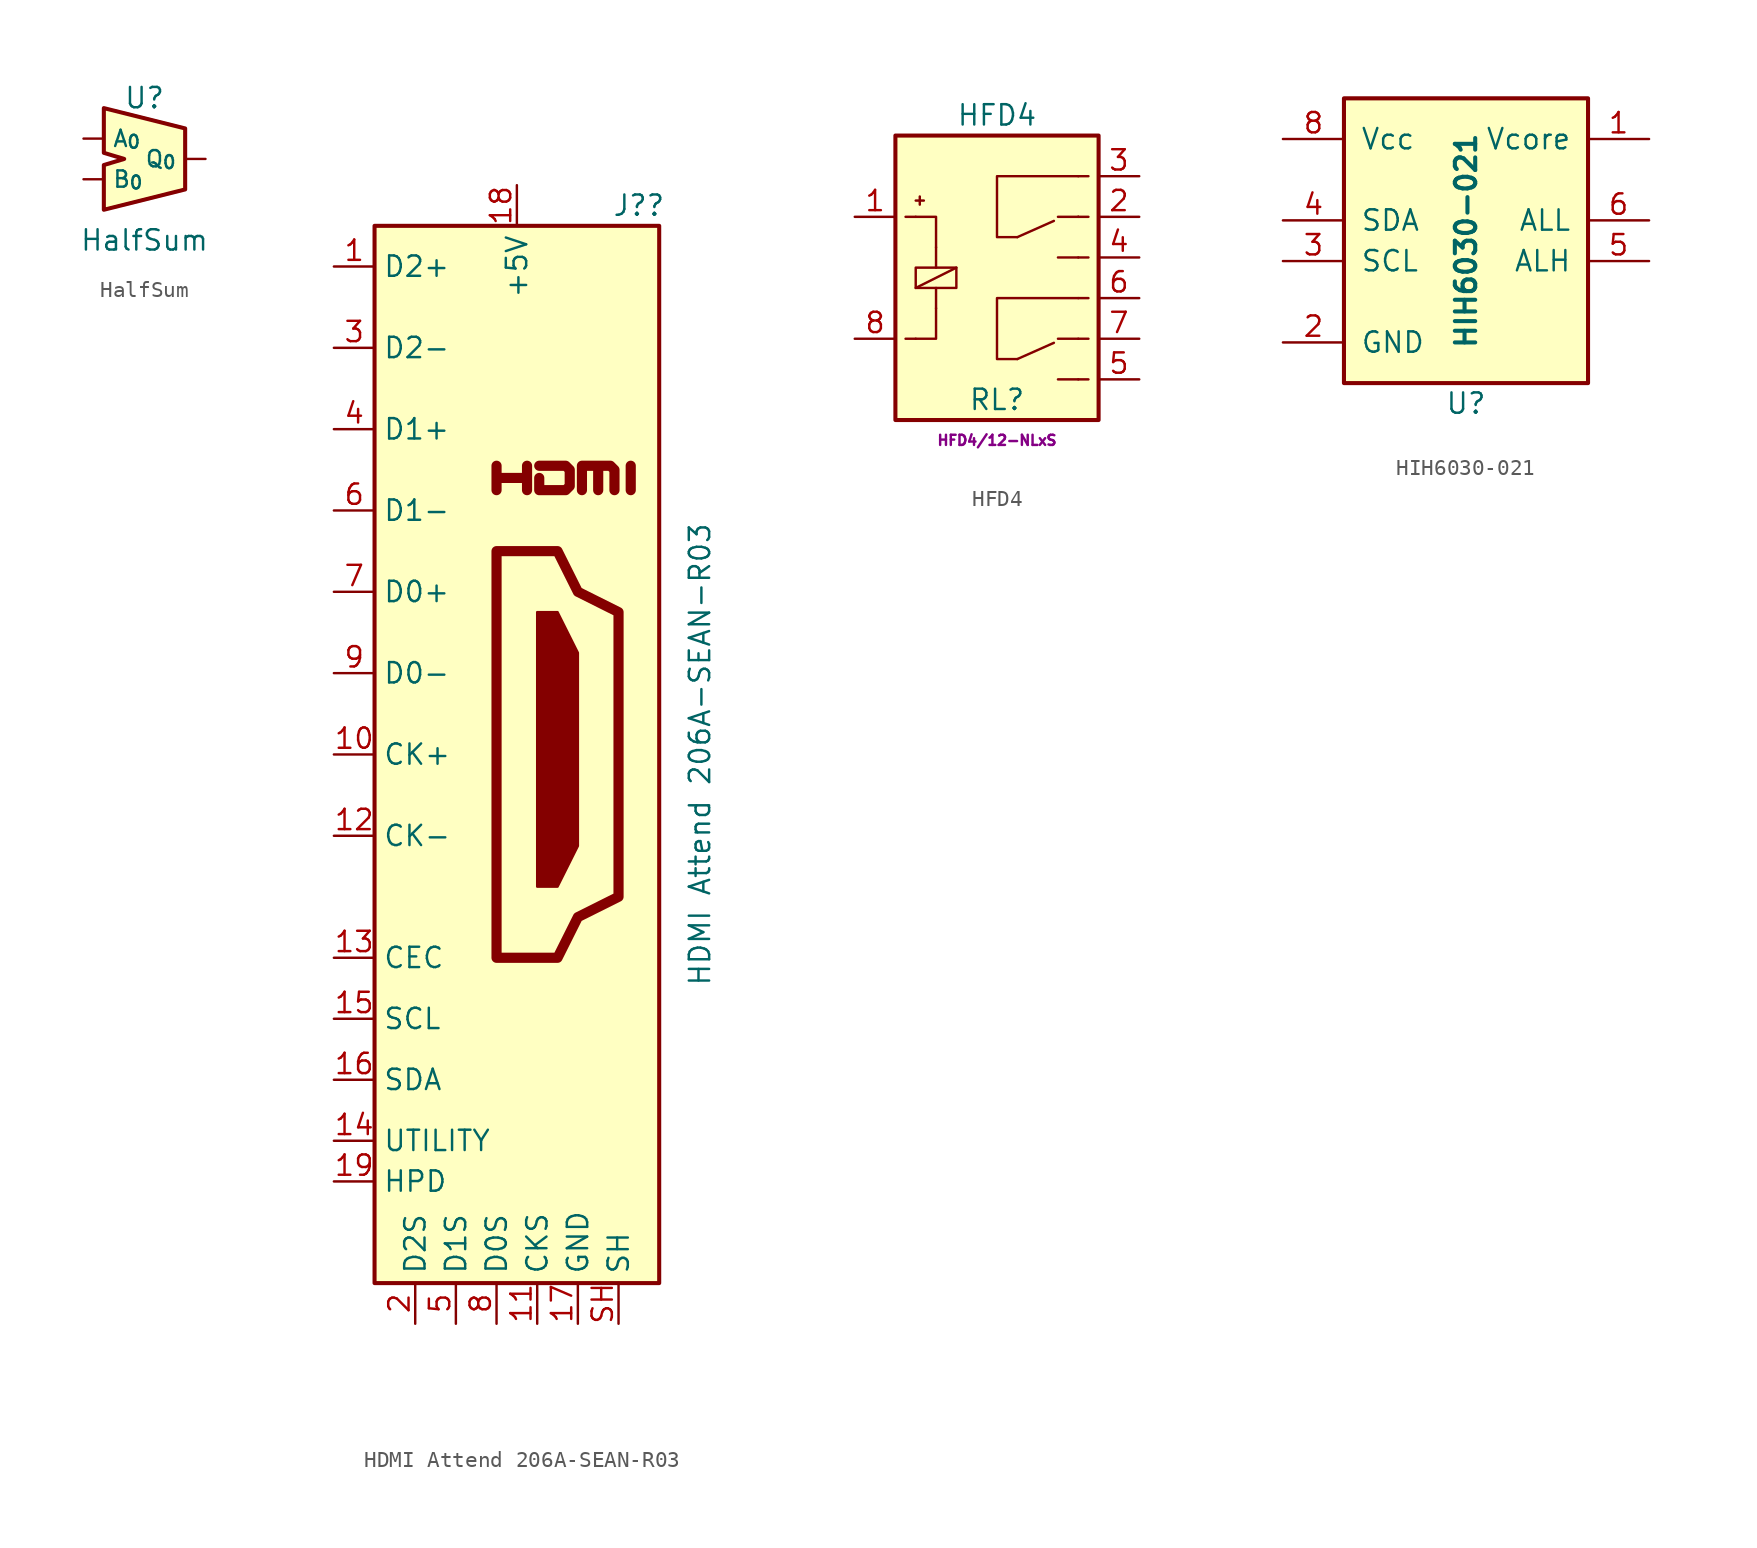
<source format=kicad_sym>
(kicad_symbol_lib
  (version 20231120)
  (generator "kicad_symbol_editor")
  (generator_version "8.0")
  (symbol "HalfSum"
    (property "Reference" "U"
      (at 0 3.81 0)
      (effects (font (size 1.27 1.27))))
    (property "Value" "HalfSum"
      (at 0 -5.08 0)
      (effects (font (size 1.27 1.27))))
    (symbol "HalfSum_0_1"
      (polyline (pts (xy -2.54 3.175) (xy -2.54 0.381) (xy -1.27 0) (xy -2.54 -0.381) (xy -2.54 -3.175) (xy 2.54 -1.905) (xy 2.54 1.905) (xy -2.54 3.175)) (stroke (width 0.254) (type default)) (fill (type background))))
    (symbol "HalfSum_1_1"
      (pin passive line (at -3.81 1.27 0) (length 1.27) (name "A_{0}" (effects (font (size 1.016 1.016)))) (number "" (effects (font (size 1.27 1.27)))))
      (pin passive line (at -3.81 -1.27 0) (length 1.27) (name "B_{0}" (effects (font (size 1.016 1.016)))) (number "" (effects (font (size 1.27 1.27)))))
      (pin passive line (at 3.81 0 180) (length 1.27) (name "Q_{0}" (effects (font (size 1.016 1.016)))) (number "" (effects (font (size 1.27 1.27)))))))
  (symbol "HDMI Attend 206A-SEAN-R03"
    (property "Reference" "J?"
      (at 7.62 34.29 0)
      (effects (font (size 1.27 1.27))))
    (property "Value" "HDMI Attend 206A-SEAN-R03"
      (at 11.43 0 90)
      (effects (font (size 1.27 1.27))))
    (symbol "HDMI Attend 206A-SEAN-R03_0_0"
      (polyline (pts (xy 7.112 16.51) (xy 7.112 18.034)) (stroke (width 0.635) (type default)) (fill (type none)))
      (polyline (pts (xy -1.27 16.51) (xy -1.27 18.034) (xy -1.27 17.272) (xy 0.635 17.272) (xy 0.635 18.034) (xy 0.635 16.51)) (stroke (width 0.635) (type default)) (fill (type none)))
      (polyline (pts (xy 1.397 18.034) (xy 3.048 18.034) (xy 3.302 17.78) (xy 3.302 16.764) (xy 3.048 16.51) (xy 1.397 16.51) (xy 1.397 17.272)) (stroke (width 0.635) (type default)) (fill (type none))))
    (symbol "HDMI Attend 206A-SEAN-R03_0_1"
      (rectangle (start -8.89 33.02) (end 8.89 -33.02) (stroke (width 0.254) (type default)) (fill (type background)))
      (polyline (pts (xy 1.27 8.89) (xy 2.54 8.89) (xy 3.81 6.35) (xy 3.81 -5.715) (xy 2.54 -8.255) (xy 1.27 -8.255) (xy 1.27 8.89)) (stroke (width 0) (type default)) (fill (type outline)))
      (polyline (pts (xy 4.064 16.51) (xy 4.064 18.034) (xy 5.08 18.034) (xy 5.08 16.51) (xy 5.08 18.034) (xy 5.842 18.034) (xy 6.096 17.78) (xy 6.096 16.51)) (stroke (width 0.635) (type default)) (fill (type none)))
      (polyline (pts (xy -1.27 12.7) (xy -1.27 -12.7) (xy 2.54 -12.7) (xy 3.81 -10.16) (xy 6.35 -8.89) (xy 6.35 8.89) (xy 3.81 10.16) (xy 2.54 12.7) (xy -1.27 12.7)) (stroke (width 0.635) (type default)) (fill (type none))))
    (symbol "HDMI Attend 206A-SEAN-R03_1_1"
      (pin passive line (at -11.43 30.48 0) (length 2.54) (name "D2+" (effects (font (size 1.27 1.27)))) (number "1" (effects (font (size 1.27 1.27)))))
      (pin passive line (at -11.43 0 0) (length 2.54) (name "CK+" (effects (font (size 1.27 1.27)))) (number "10" (effects (font (size 1.27 1.27)))))
      (pin power_in line (at 1.27 -35.56 90) (length 2.54) (name "CKS" (effects (font (size 1.27 1.27)))) (number "11" (effects (font (size 1.27 1.27)))))
      (pin passive line (at -11.43 -5.08 0) (length 2.54) (name "CK-" (effects (font (size 1.27 1.27)))) (number "12" (effects (font (size 1.27 1.27)))))
      (pin bidirectional line (at -11.43 -12.7 0) (length 2.54) (name "CEC" (effects (font (size 1.27 1.27)))) (number "13" (effects (font (size 1.27 1.27)))))
      (pin passive line (at -11.43 -24.13 0) (length 2.54) (name "UTILITY" (effects (font (size 1.27 1.27)))) (number "14" (effects (font (size 1.27 1.27)))))
      (pin passive line (at -11.43 -16.51 0) (length 2.54) (name "SCL" (effects (font (size 1.27 1.27)))) (number "15" (effects (font (size 1.27 1.27)))))
      (pin bidirectional line (at -11.43 -20.32 0) (length 2.54) (name "SDA" (effects (font (size 1.27 1.27)))) (number "16" (effects (font (size 1.27 1.27)))))
      (pin power_in line (at 3.81 -35.56 90) (length 2.54) (name "GND" (effects (font (size 1.27 1.27)))) (number "17" (effects (font (size 1.27 1.27)))))
      (pin power_in line (at 0 35.56 270) (length 2.54) (name "+5V" (effects (font (size 1.27 1.27)))) (number "18" (effects (font (size 1.27 1.27)))))
      (pin passive line (at -11.43 -26.67 0) (length 2.54) (name "HPD" (effects (font (size 1.27 1.27)))) (number "19" (effects (font (size 1.27 1.27)))))
      (pin power_in line (at -6.35 -35.56 90) (length 2.54) (name "D2S" (effects (font (size 1.27 1.27)))) (number "2" (effects (font (size 1.27 1.27)))))
      (pin passive line (at -11.43 25.4 0) (length 2.54) (name "D2-" (effects (font (size 1.27 1.27)))) (number "3" (effects (font (size 1.27 1.27)))))
      (pin passive line (at -11.43 20.32 0) (length 2.54) (name "D1+" (effects (font (size 1.27 1.27)))) (number "4" (effects (font (size 1.27 1.27)))))
      (pin power_in line (at -3.81 -35.56 90) (length 2.54) (name "D1S" (effects (font (size 1.27 1.27)))) (number "5" (effects (font (size 1.27 1.27)))))
      (pin passive line (at -11.43 15.24 0) (length 2.54) (name "D1-" (effects (font (size 1.27 1.27)))) (number "6" (effects (font (size 1.27 1.27)))))
      (pin passive line (at -11.43 10.16 0) (length 2.54) (name "D0+" (effects (font (size 1.27 1.27)))) (number "7" (effects (font (size 1.27 1.27)))))
      (pin power_in line (at -1.27 -35.56 90) (length 2.54) (name "D0S" (effects (font (size 1.27 1.27)))) (number "8" (effects (font (size 1.27 1.27)))))
      (pin passive line (at -11.43 5.08 0) (length 2.54) (name "D0-" (effects (font (size 1.27 1.27)))) (number "9" (effects (font (size 1.27 1.27)))))
      (pin passive line (at 6.35 -35.56 90) (length 2.54) (name "SH" (effects (font (size 1.27 1.27)))) (number "SH" (effects (font (size 1.27 1.27)))))))
  (symbol "HFD4"
    (pin_names
      (offset 1.016))
    (property "Reference" "RL"
      (at 0 -7.62 0)
      (effects (font (size 1.27 1.27))))
    (property "Value" "HFD4"
      (at 0 10.16 0)
      (effects (font (size 1.27 1.27))))
    (property "Datasheet" "HFD4/12-NLxS"
      (at 0 -10.16 0)
      (effects (font (size 0.635 0.635))))
    (symbol "HFD4_0_1"
      (polyline (pts (xy -5.715 -3.81) (xy -5.08 -3.81)) (stroke (width 0) (type default)) (fill (type none)))
      (polyline (pts (xy -5.08 -0.635) (xy -2.54 0.635)) (stroke (width 0) (type default)) (fill (type none)))
      (polyline (pts (xy -5.08 3.81) (xy -5.715 3.81)) (stroke (width 0) (type default)) (fill (type none)))
      (polyline (pts (xy -5.08 4.826) (xy -4.572 4.826)) (stroke (width 0) (type default)) (fill (type none)))
      (polyline (pts (xy -3.81 -0.635) (xy -3.81 -1.905)) (stroke (width 0) (type default)) (fill (type none)))
      (polyline (pts (xy -3.81 1.905) (xy -3.81 0.635)) (stroke (width 0) (type default)) (fill (type none)))
      (polyline (pts (xy 1.27 -5.08) (xy 3.556 -4.064)) (stroke (width 0) (type default)) (fill (type none)))
      (polyline (pts (xy 1.27 2.54) (xy 3.556 3.556)) (stroke (width 0) (type default)) (fill (type none)))
      (polyline (pts (xy 3.81 -3.81) (xy 5.08 -3.81)) (stroke (width 0) (type default)) (fill (type none)))
      (polyline (pts (xy 5.08 -6.35) (xy 3.81 -6.35)) (stroke (width 0) (type default)) (fill (type none)))
      (polyline (pts (xy 5.08 -6.35) (xy 5.715 -6.35)) (stroke (width 0) (type default)) (fill (type none)))
      (polyline (pts (xy 5.08 -1.27) (xy 5.715 -1.27)) (stroke (width 0) (type default)) (fill (type none)))
      (polyline (pts (xy 5.08 1.27) (xy 3.81 1.27)) (stroke (width 0) (type default)) (fill (type none)))
      (polyline (pts (xy 5.08 3.81) (xy 3.81 3.81)) (stroke (width 0) (type default)) (fill (type none)))
      (polyline (pts (xy 5.08 3.81) (xy 5.08 3.81)) (stroke (width 0) (type default)) (fill (type none)))
      (polyline (pts (xy 5.08 6.35) (xy 5.715 6.35)) (stroke (width 0) (type default)) (fill (type none)))
      (polyline (pts (xy 5.715 -3.81) (xy 5.08 -3.81)) (stroke (width 0) (type default)) (fill (type none)))
      (polyline (pts (xy 5.715 1.27) (xy 5.08 1.27)) (stroke (width 0) (type default)) (fill (type none)))
      (polyline (pts (xy 5.715 3.81) (xy 5.08 3.81)) (stroke (width 0) (type default)) (fill (type none)))
      (polyline (pts (xy -5.08 -3.81) (xy -3.81 -3.81) (xy -3.81 -1.905)) (stroke (width 0) (type default)) (fill (type none)))
      (polyline (pts (xy -5.08 3.81) (xy -3.81 3.81) (xy -3.81 1.905)) (stroke (width 0) (type default)) (fill (type none)))
      (polyline (pts (xy -4.826 5.08) (xy -4.826 4.826) (xy -4.826 4.572)) (stroke (width 0) (type default)) (fill (type none)))
      (polyline (pts (xy 5.08 -1.27) (xy 0 -1.27) (xy 0 -5.08) (xy 1.27 -5.08)) (stroke (width 0) (type default)) (fill (type none)))
      (polyline (pts (xy 5.08 6.35) (xy 0 6.35) (xy 0 2.54) (xy 1.27 2.54)) (stroke (width 0) (type default)) (fill (type none)))
      (polyline (pts (xy -5.08 0.635) (xy -2.54 0.635) (xy -2.54 -0.635) (xy -5.08 -0.635) (xy -5.08 0.635)) (stroke (width 0) (type default)) (fill (type none)))
      (rectangle (start 6.35 8.89) (end -6.35 -8.89) (stroke (width 0.254) (type default)) (fill (type background))))
    (symbol "HFD4_1_1"
      (pin passive line (at -8.89 3.81 0) (length 2.54) (name "~" (effects (font (size 1.27 1.27)))) (number "1" (effects (font (size 1.27 1.27)))))
      (pin passive line (at 8.89 3.81 180) (length 2.54) (name "~" (effects (font (size 1.27 1.27)))) (number "2" (effects (font (size 1.27 1.27)))))
      (pin passive line (at 8.89 6.35 180) (length 2.54) (name "~" (effects (font (size 1.27 1.27)))) (number "3" (effects (font (size 1.27 1.27)))))
      (pin passive line (at 8.89 1.27 180) (length 2.54) (name "~" (effects (font (size 1.27 1.27)))) (number "4" (effects (font (size 1.27 1.27)))))
      (pin passive line (at 8.89 -6.35 180) (length 2.54) (name "~" (effects (font (size 1.27 1.27)))) (number "5" (effects (font (size 1.27 1.27)))))
      (pin passive line (at 8.89 -1.27 180) (length 2.54) (name "~" (effects (font (size 1.27 1.27)))) (number "6" (effects (font (size 1.27 1.27)))))
      (pin passive line (at 8.89 -3.81 180) (length 2.54) (name "~" (effects (font (size 1.27 1.27)))) (number "7" (effects (font (size 1.27 1.27)))))
      (pin passive line (at -8.89 -3.81 0) (length 2.54) (name "~" (effects (font (size 1.27 1.27)))) (number "8" (effects (font (size 1.27 1.27)))))))
  (symbol "HIH6030-021"
    (pin_names
      (offset 1.016))
    (property "Reference" "U"
      (at 0 -10.16 0)
      (effects (font (size 1.27 1.27))))
    (property "Value" "HIH6030-021"
      (at 0 0 90)
      (effects (font (size 1.27 1.27) (bold yes))))
    (symbol "HIH6030-021_0_1"
      (rectangle (start -7.62 8.89) (end 7.62 -8.89) (stroke (width 0.254) (type default)) (fill (type background))))
    (symbol "HIH6030-021_1_1"
      (pin passive line (at 11.43 6.35 180) (length 3.81) (name "Vcore" (effects (font (size 1.27 1.27)))) (number "1" (effects (font (size 1.27 1.27)))))
      (pin passive line (at -11.43 -6.35 0) (length 3.81) (name "GND" (effects (font (size 1.27 1.27)))) (number "2" (effects (font (size 1.27 1.27)))))
      (pin passive line (at -11.43 -1.27 0) (length 3.81) (name "SCL" (effects (font (size 1.27 1.27)))) (number "3" (effects (font (size 1.27 1.27)))))
      (pin passive line (at -11.43 1.27 0) (length 3.81) (name "SDA" (effects (font (size 1.27 1.27)))) (number "4" (effects (font (size 1.27 1.27)))))
      (pin passive line (at 11.43 -1.27 180) (length 3.81) (name "ALH" (effects (font (size 1.27 1.27)))) (number "5" (effects (font (size 1.27 1.27)))))
      (pin passive line (at 11.43 1.27 180) (length 3.81) (name "ALL" (effects (font (size 1.27 1.27)))) (number "6" (effects (font (size 1.27 1.27)))))
      (pin passive line (at -11.43 6.35 0) (length 3.81) (name "Vcc" (effects (font (size 1.27 1.27)))) (number "8" (effects (font (size 1.27 1.27))))))))
</source>
